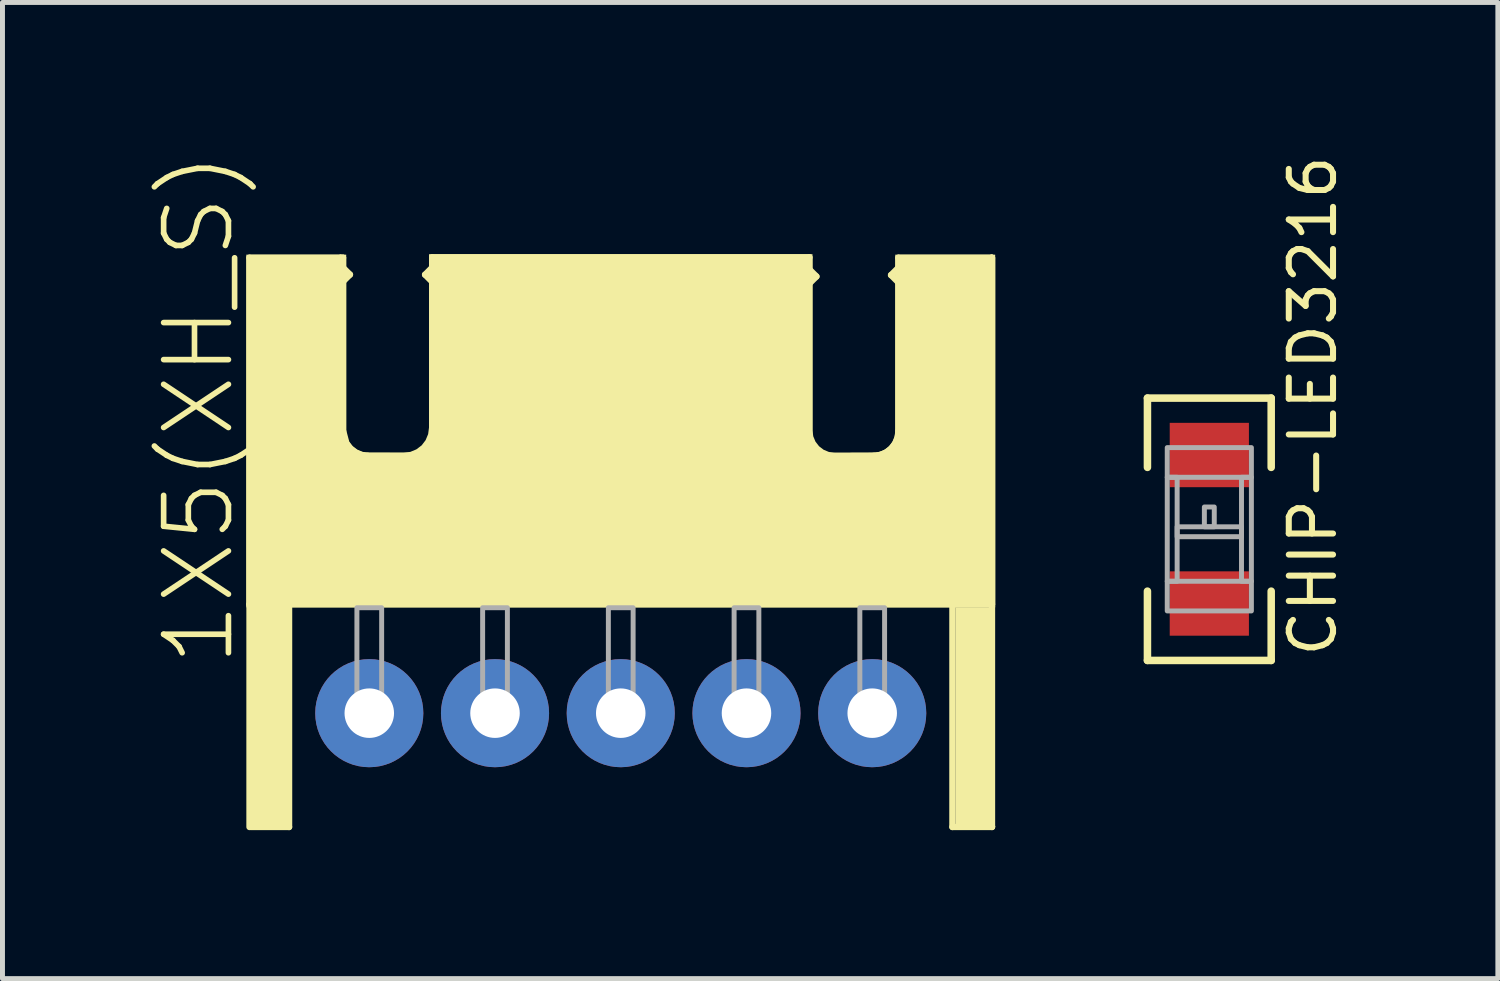
<source format=kicad_pcb>
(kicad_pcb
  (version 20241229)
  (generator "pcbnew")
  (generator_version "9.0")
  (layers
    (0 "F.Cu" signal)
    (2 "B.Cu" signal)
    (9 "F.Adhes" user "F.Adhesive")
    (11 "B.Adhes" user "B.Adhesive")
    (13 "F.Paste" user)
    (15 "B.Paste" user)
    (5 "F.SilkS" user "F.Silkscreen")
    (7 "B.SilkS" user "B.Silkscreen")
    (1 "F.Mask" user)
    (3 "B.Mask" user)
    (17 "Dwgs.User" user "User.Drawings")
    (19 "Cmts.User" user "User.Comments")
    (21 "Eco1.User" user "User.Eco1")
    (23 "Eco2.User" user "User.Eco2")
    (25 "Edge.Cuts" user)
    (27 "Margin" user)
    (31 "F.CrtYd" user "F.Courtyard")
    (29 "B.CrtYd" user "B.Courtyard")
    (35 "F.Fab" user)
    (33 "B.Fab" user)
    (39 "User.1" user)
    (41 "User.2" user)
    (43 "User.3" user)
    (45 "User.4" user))
  (footprint "CHIP-LED3216"
    (layer "F.Cu")
    (at 21.38 7.692)
    (property "Reference" "CHIP-LED3216" (at 2.615 2.585 90) (layer "F.SilkS") (effects (font (size 0.894 0.894) (thickness 0.122)) (justify left bottom)))
    (fp_line (start -1.25 -2.7) (end -1.25 -1.3) (stroke (width 0.152) (type solid)) (layer "F.SilkS"))
    (fp_line (start -1.25 -2.7) (end 1.25 -2.7) (stroke (width 0.152) (type solid)) (layer "F.SilkS"))
    (fp_line (start -1.25 2.6) (end -1.25 1.2) (stroke (width 0.152) (type solid)) (layer "F.SilkS"))
    (fp_line (start 1.25 -2.7) (end 1.25 -1.3) (stroke (width 0.152) (type solid)) (layer "F.SilkS"))
    (fp_line (start 1.25 2.6) (end -1.25 2.6) (stroke (width 0.152) (type solid)) (layer "F.SilkS"))
    (fp_line (start 1.25 2.6) (end 1.25 1.2) (stroke (width 0.152) (type solid)) (layer "F.SilkS"))
    (fp_poly (pts (xy -0.85 -1.1) (xy 0.85 -1.1) (xy 0.85 -1.7) (xy -0.85 -1.7)) (stroke (width 0.1) (type default)) (fill no) (layer "F.Fab"))
    (fp_poly (pts (xy -0.85 1) (xy -0.65 1) (xy -0.65 -1.1) (xy -0.85 -1.1)) (stroke (width 0.1) (type default)) (fill no) (layer "F.Fab"))
    (fp_poly (pts (xy -0.85 1.6) (xy 0.85 1.6) (xy 0.85 1) (xy -0.85 1)) (stroke (width 0.1) (type default)) (fill no) (layer "F.Fab"))
    (fp_poly (pts (xy -0.65 0.1) (xy 0.65 0.1) (xy 0.65 -0.1) (xy -0.65 -0.1)) (stroke (width 0.1) (type default)) (fill no) (layer "F.Fab"))
    (fp_poly (pts (xy -0.1 -0.1) (xy 0.1 -0.1) (xy 0.1 -0.5) (xy -0.1 -0.5)) (stroke (width 0.1) (type default)) (fill no) (layer "F.Fab"))
    (fp_poly (pts (xy 0.65 1) (xy 0.85 1) (xy 0.85 -1.1) (xy 0.65 -1.1)) (stroke (width 0.1) (type default)) (fill no) (layer "F.Fab"))
    (pad "A" smd rect (at 0 1.45) (size 1.6 1.3) (layers "F.Cu" "F.Mask" "F.Paste"))
    (pad "C" smd rect (at 0 -1.55) (size 1.6 1.3) (layers "F.Cu" "F.Mask" "F.Paste")))
  (footprint "1X5(XH_S)"
    (layer "F.Cu")
    (at 9.49 11.356)
    (property "Reference" "1X5(XH_S)" (at -8.525 -6.144 90) (layer "F.SilkS") (effects (font (size 1.309 1.309) (thickness 0.114))))
    (fp_line (start -7.5 -9.199) (end -7.5 -2.199) (stroke (width 0.127) (type solid)) (layer "F.SilkS"))
    (fp_line (start -7.5 -2.199) (end -7.5 2.301) (stroke (width 0.127) (type solid)) (layer "F.SilkS"))
    (fp_line (start -7.47 2.301) (end -6.7 2.301) (stroke (width 0.127) (type solid)) (layer "F.SilkS"))
    (fp_line (start -6.7 2.301) (end -6.7 -2.189) (stroke (width 0.127) (type solid)) (layer "F.SilkS"))
    (fp_line (start -5.66 -9.199) (end -7.5 -9.199) (stroke (width 0.127) (type solid)) (layer "F.SilkS"))
    (fp_line (start -5.66 -9.199) (end -5.61 -9.199) (stroke (width 0.127) (type solid)) (layer "F.SilkS"))
    (fp_line (start -5.66 -9.179) (end -5.66 -9.199) (stroke (width 0.127) (type solid)) (layer "F.SilkS"))
    (fp_line (start -5.62 -9.009) (end -5.47 -8.859) (stroke (width 0.127) (type solid)) (layer "F.SilkS"))
    (fp_line (start -5.61 -9.199) (end -5.61 -5.699) (stroke (width 0.127) (type solid)) (layer "F.SilkS"))
    (fp_line (start -5.47 -8.859) (end -5.61 -8.719) (stroke (width 0.127) (type solid)) (layer "F.SilkS"))
    (fp_line (start -5.11 -5.199) (end -3.81 -5.199) (stroke (width 0.127) (type solid)) (layer "F.SilkS"))
    (fp_line (start -3.953 -8.857) (end -3.813 -8.998) (stroke (width 0.127) (type solid)) (layer "F.SilkS"))
    (fp_line (start -3.81 -9.207) (end 3.81 -9.207) (stroke (width 0.127) (type solid)) (layer "F.SilkS"))
    (fp_line (start -3.81 -5.199) (end -3.81 -9.207) (stroke (width 0.127) (type solid)) (layer "F.SilkS"))
    (fp_line (start -3.803 -8.707) (end -3.953 -8.857) (stroke (width 0.127) (type solid)) (layer "F.SilkS"))
    (fp_line (start 3.803 -8.971) (end 3.953 -8.821) (stroke (width 0.127) (type solid)) (layer "F.SilkS"))
    (fp_line (start 3.81 -9.207) (end 3.81 -5.194) (stroke (width 0.127) (type solid)) (layer "F.SilkS"))
    (fp_line (start 3.81 -5.194) (end 5.11 -5.199) (stroke (width 0.127) (type solid)) (layer "F.SilkS"))
    (fp_line (start 3.953 -8.821) (end 3.813 -8.681) (stroke (width 0.127) (type solid)) (layer "F.SilkS"))
    (fp_line (start 5.46 -8.849) (end 5.6 -8.989) (stroke (width 0.127) (type solid)) (layer "F.SilkS"))
    (fp_line (start 5.61 -9.199) (end 5.61 -8.699) (stroke (width 0.127) (type solid)) (layer "F.SilkS"))
    (fp_line (start 5.61 -8.699) (end 5.46 -8.849) (stroke (width 0.127) (type solid)) (layer "F.SilkS"))
    (fp_line (start 5.61 -8.699) (end 5.61 -5.699) (stroke (width 0.127) (type solid)) (layer "F.SilkS"))
    (fp_line (start 6.7 -2.199) (end -7.5 -2.199) (stroke (width 0.127) (type solid)) (layer "F.SilkS"))
    (fp_line (start 6.7 2.301) (end 6.7 -2.199) (stroke (width 0.127) (type solid)) (layer "F.SilkS"))
    (fp_line (start 7.49 -9.199) (end 5.61 -9.199) (stroke (width 0.127) (type solid)) (layer "F.SilkS"))
    (fp_line (start 7.49 -9.199) (end 7.5 -9.199) (stroke (width 0.127) (type solid)) (layer "F.SilkS"))
    (fp_line (start 7.49 -9.189) (end 7.49 -9.199) (stroke (width 0.127) (type solid)) (layer "F.SilkS"))
    (fp_line (start 7.49 2.291) (end 7.5 2.291) (stroke (width 0.127) (type solid)) (layer "F.SilkS"))
    (fp_line (start 7.5 -9.199) (end 7.5 2.291) (stroke (width 0.127) (type solid)) (layer "F.SilkS"))
    (fp_line (start 7.5 -9.189) (end 7.5 -2.199) (stroke (width 0.127) (type solid)) (layer "F.SilkS"))
    (fp_line (start 7.5 -2.199) (end 6.7 -2.199) (stroke (width 0.127) (type solid)) (layer "F.SilkS"))
    (fp_line (start 7.5 2.291) (end 7.5 2.301) (stroke (width 0.127) (type solid)) (layer "F.SilkS"))
    (fp_line (start 7.5 2.301) (end 6.7 2.301) (stroke (width 0.127) (type solid)) (layer "F.SilkS"))
    (fp_arc (start -5.11 -5.199) (mid -5.463553 -5.345447) (end -5.61 -5.699) (stroke (width 0.127) (type solid)) (layer "F.SilkS"))
    (fp_arc (start 5.61 -5.699) (mid 5.463553 -5.345447) (end 5.11 -5.199) (stroke (width 0.127) (type solid)) (layer "F.SilkS"))
    (fp_poly (pts (xy -7.45 2.241) (xy -6.75 2.241) (xy -6.75 -2.159) (xy -7.45 -2.159)) (stroke (width 0) (type default)) (fill yes) (layer "F.SilkS"))
    (fp_poly (pts (xy 6.76 2.241) (xy 7.44 2.241) (xy 7.44 -2.139) (xy 6.76 -2.139)) (stroke (width 0) (type default)) (fill yes) (layer "F.SilkS"))
    (fp_poly (pts (xy 3.873 -5.712) (xy 3.889 -5.592) (xy 3.934 -5.484) (xy 4.006 -5.391) (xy 4.099 -5.32) (xy 4.207 -5.275) (xy 4.328 -5.26) (xy 5.106 -5.262) (xy 5.223 -5.278) (xy 5.328 -5.321) (xy 5.418 -5.391) (xy 5.488 -5.481) (xy 5.531 -5.586) (xy 5.546 -5.703) (xy 5.546 -9.262) (xy 7.564 -9.262) (xy 7.564 -2.135) (xy -7.564 -2.135) (xy -7.564 -9.262) (xy -5.546 -9.262) (xy -5.546 -5.717) (xy -5.484 -5.483) (xy -5.415 -5.394) (xy -5.323 -5.323) (xy -5.215 -5.278) (xy -5.096 -5.262) (xy -4.388 -5.26) (xy -4.252 -5.277) (xy -4.129 -5.328) (xy -4.023 -5.408) (xy -3.942 -5.514) (xy -3.891 -5.636) (xy -3.873 -5.772) (xy -3.873 -9.271) (xy 3.873 -9.271)) (stroke (width 0) (type default)) (fill yes) (layer "F.SilkS"))
    (fp_poly (pts (xy -5.334 0.255) (xy -4.826 0.255) (xy -4.826 -0.253) (xy -5.334 -0.253)) (stroke (width 0.1) (type default)) (fill no) (layer "F.Fab"))
    (fp_poly (pts (xy -5.33 -0.239) (xy -4.83 -0.239) (xy -4.83 -2.129) (xy -5.33 -2.129)) (stroke (width 0.1) (type default)) (fill no) (layer "F.Fab"))
    (fp_poly (pts (xy -5.33 -0.049) (xy -5.31 -0.049) (xy -5.31 -0.239) (xy -5.33 -0.239)) (stroke (width 0.1) (type default)) (fill no) (layer "F.Fab"))
    (fp_poly (pts (xy -5.33 0.001) (xy -5.08 0.001) (xy -5.08 -0.189) (xy -5.33 -0.189)) (stroke (width 0.1) (type default)) (fill no) (layer "F.Fab"))
    (fp_poly (pts (xy -2.794 0.255) (xy -2.286 0.255) (xy -2.286 -0.253) (xy -2.794 -0.253)) (stroke (width 0.1) (type default)) (fill no) (layer "F.Fab"))
    (fp_poly (pts (xy -2.79 -0.239) (xy -2.29 -0.239) (xy -2.29 -2.129) (xy -2.79 -2.129)) (stroke (width 0.1) (type default)) (fill no) (layer "F.Fab"))
    (fp_poly (pts (xy -2.79 -0.049) (xy -2.77 -0.049) (xy -2.77 -0.239) (xy -2.79 -0.239)) (stroke (width 0.1) (type default)) (fill no) (layer "F.Fab"))
    (fp_poly (pts (xy -2.79 0.001) (xy -2.54 0.001) (xy -2.54 -0.189) (xy -2.79 -0.189)) (stroke (width 0.1) (type default)) (fill no) (layer "F.Fab"))
    (fp_poly (pts (xy -0.254 0.255) (xy 0.254 0.255) (xy 0.254 -0.253) (xy -0.254 -0.253)) (stroke (width 0.1) (type default)) (fill no) (layer "F.Fab"))
    (fp_poly (pts (xy -0.25 -0.239) (xy 0.25 -0.239) (xy 0.25 -2.129) (xy -0.25 -2.129)) (stroke (width 0.1) (type default)) (fill no) (layer "F.Fab"))
    (fp_poly (pts (xy -0.25 -0.049) (xy -0.23 -0.049) (xy -0.23 -0.239) (xy -0.25 -0.239)) (stroke (width 0.1) (type default)) (fill no) (layer "F.Fab"))
    (fp_poly (pts (xy -0.25 0.001) (xy 0 0.001) (xy 0 -0.189) (xy -0.25 -0.189)) (stroke (width 0.1) (type default)) (fill no) (layer "F.Fab"))
    (fp_poly (pts (xy 2.286 0.255) (xy 2.794 0.255) (xy 2.794 -0.253) (xy 2.286 -0.253)) (stroke (width 0.1) (type default)) (fill no) (layer "F.Fab"))
    (fp_poly (pts (xy 2.29 -0.239) (xy 2.79 -0.239) (xy 2.79 -2.129) (xy 2.29 -2.129)) (stroke (width 0.1) (type default)) (fill no) (layer "F.Fab"))
    (fp_poly (pts (xy 2.29 -0.049) (xy 2.31 -0.049) (xy 2.31 -0.239) (xy 2.29 -0.239)) (stroke (width 0.1) (type default)) (fill no) (layer "F.Fab"))
    (fp_poly (pts (xy 2.29 0.001) (xy 2.54 0.001) (xy 2.54 -0.189) (xy 2.29 -0.189)) (stroke (width 0.1) (type default)) (fill no) (layer "F.Fab"))
    (fp_poly (pts (xy 4.826 0.255) (xy 5.334 0.255) (xy 5.334 -0.253) (xy 4.826 -0.253)) (stroke (width 0.1) (type default)) (fill no) (layer "F.Fab"))
    (fp_poly (pts (xy 4.83 0.191) (xy 5.33 0.191) (xy 5.33 -2.129) (xy 4.83 -2.129)) (stroke (width 0.1) (type default)) (fill no) (layer "F.Fab"))
    (pad "1" thru_hole circle (at -5.08 0.001 90) (size 2.184 2.184) (drill 1) (layers "*.Cu" "*.Mask"))
    (pad "2" thru_hole circle (at -2.54 0.001 90) (size 2.184 2.184) (drill 1) (layers "*.Cu" "*.Mask"))
    (pad "3" thru_hole circle (at 0 0.001 90) (size 2.184 2.184) (drill 1) (layers "*.Cu" "*.Mask"))
    (pad "4" thru_hole circle (at 2.54 0.001 90) (size 2.184 2.184) (drill 1) (layers "*.Cu" "*.Mask"))
    (pad "5" thru_hole circle (at 5.08 0.001 90) (size 2.184 2.184) (drill 1) (layers "*.Cu" "*.Mask")))
  (gr_rect
    (start -3 -3)
    (end 27.209 16.72)
    (stroke (width 0.1) (type default))
    (fill no)
    (layer "Edge.Cuts")))
</source>
